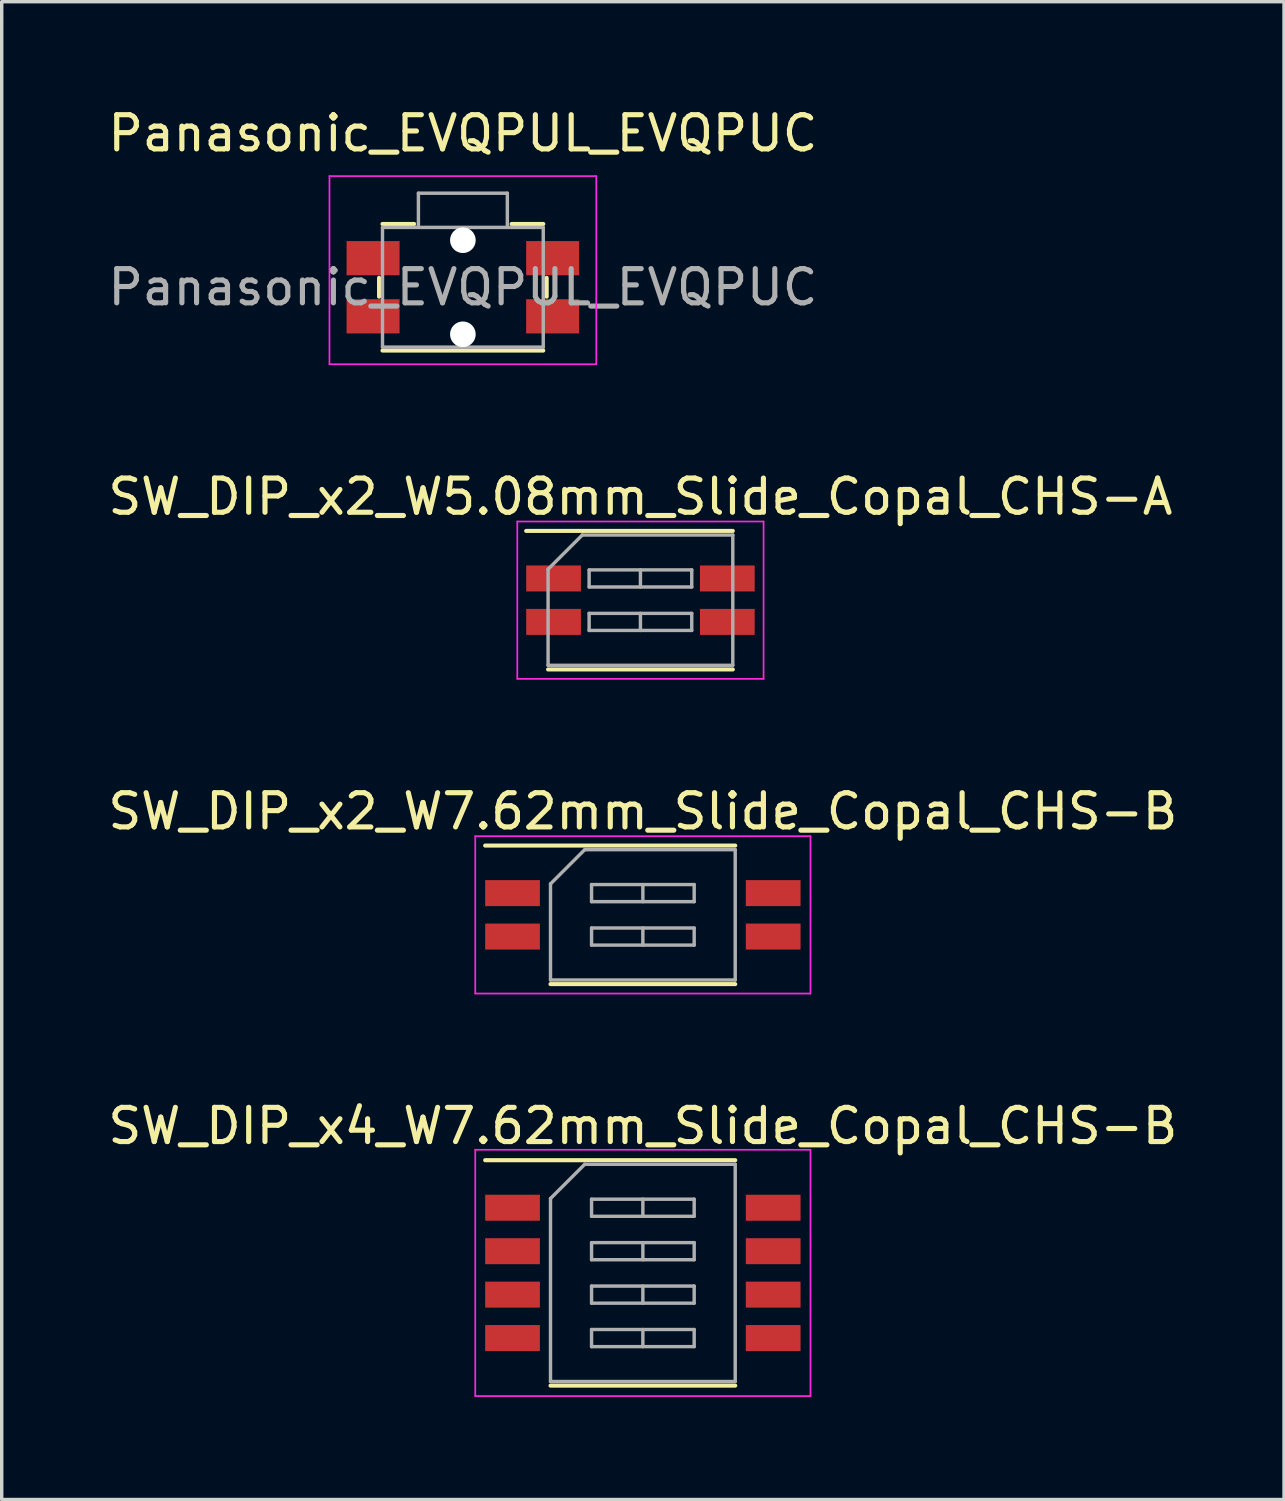
<source format=kicad_pcb>
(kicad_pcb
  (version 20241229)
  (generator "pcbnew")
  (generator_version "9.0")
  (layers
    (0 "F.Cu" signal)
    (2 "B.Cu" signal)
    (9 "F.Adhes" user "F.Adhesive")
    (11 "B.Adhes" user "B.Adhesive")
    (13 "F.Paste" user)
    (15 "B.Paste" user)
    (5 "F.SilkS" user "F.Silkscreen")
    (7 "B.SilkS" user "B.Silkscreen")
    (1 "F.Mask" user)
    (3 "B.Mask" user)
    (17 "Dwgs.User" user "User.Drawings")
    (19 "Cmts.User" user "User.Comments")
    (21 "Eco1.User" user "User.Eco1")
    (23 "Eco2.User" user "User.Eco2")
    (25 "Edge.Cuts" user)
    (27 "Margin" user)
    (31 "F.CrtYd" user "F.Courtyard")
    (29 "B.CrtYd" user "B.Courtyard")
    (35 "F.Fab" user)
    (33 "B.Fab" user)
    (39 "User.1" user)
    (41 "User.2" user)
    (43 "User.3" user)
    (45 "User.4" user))
  (footprint "Panasonic_EVQPUL_EVQPUC"
    (layer "F.Cu")
    (at 10.482 5.348)
    (property "Reference" "Panasonic_EVQPUL_EVQPUC" (at 0 -4.5 0) (layer "F.SilkS") (effects (font (size 1 1) (thickness 0.15))))
    (attr smd)
    (fp_line (start -2.45 0.275) (end -2.45 -0.275) (stroke (width 0.12) (type solid)) (layer "F.SilkS"))
    (fp_line (start -1.425 -1.85) (end -2.35 -1.85) (stroke (width 0.12) (type solid)) (layer "F.SilkS"))
    (fp_line (start 2.35 -1.85) (end 1.425 -1.85) (stroke (width 0.12) (type solid)) (layer "F.SilkS"))
    (fp_line (start 2.35 1.85) (end -2.35 1.85) (stroke (width 0.12) (type solid)) (layer "F.SilkS"))
    (fp_line (start 2.45 0.275) (end 2.45 -0.275) (stroke (width 0.12) (type solid)) (layer "F.SilkS"))
    (fp_line (start -3.9 2.25) (end -3.9 -3.25) (stroke (width 0.05) (type solid)) (layer "F.CrtYd"))
    (fp_line (start 3.9 -3.25) (end -3.9 -3.25) (stroke (width 0.05) (type solid)) (layer "F.CrtYd"))
    (fp_line (start 3.9 2.25) (end -3.9 2.25) (stroke (width 0.05) (type solid)) (layer "F.CrtYd"))
    (fp_line (start 3.9 2.25) (end 3.9 -3.25) (stroke (width 0.05) (type solid)) (layer "F.CrtYd"))
    (fp_line (start -2.35 1.75) (end -2.35 -1.75) (stroke (width 0.1) (type solid)) (layer "F.Fab"))
    (fp_line (start -1.3 -2.75) (end -1.3 -1.75) (stroke (width 0.1) (type solid)) (layer "F.Fab"))
    (fp_line (start 1.3 -2.75) (end -1.3 -2.75) (stroke (width 0.1) (type solid)) (layer "F.Fab"))
    (fp_line (start 1.3 -2.75) (end 1.3 -1.75) (stroke (width 0.1) (type solid)) (layer "F.Fab"))
    (fp_line (start 2.35 -1.75) (end -2.35 -1.75) (stroke (width 0.1) (type solid)) (layer "F.Fab"))
    (fp_line (start 2.35 1.75) (end -2.35 1.75) (stroke (width 0.1) (type solid)) (layer "F.Fab"))
    (fp_line (start 2.35 1.75) (end 2.35 -1.75) (stroke (width 0.1) (type solid)) (layer "F.Fab"))
    (fp_text user "${REFERENCE}" (at 0 0 0) (layer "F.Fab") (effects (font (size 1 1) (thickness 0.15))))
    (pad "" np_thru_hole circle (at 0 -1.375 180) (size 0.75 0.75) (drill 0.75) (layers "*.Cu" "*.Mask"))
    (pad "" np_thru_hole circle (at 0 1.375 180) (size 0.75 0.75) (drill 0.75) (layers "*.Cu" "*.Mask"))
    (pad "1" smd rect (at -2.625 -0.85 180) (size 1.55 1) (layers "F.Cu" "F.Mask" "F.Paste"))
    (pad "1" smd rect (at 2.625 -0.85 180) (size 1.55 1) (layers "F.Cu" "F.Mask" "F.Paste"))
    (pad "2" smd rect (at -2.625 0.85 180) (size 1.55 1) (layers "F.Cu" "F.Mask" "F.Paste"))
    (pad "2" smd rect (at 2.625 0.85 180) (size 1.55 1) (layers "F.Cu" "F.Mask" "F.Paste")))
  (footprint "SW_DIP_x2_W7.62mm_Slide_Copal_CHS-B"
    (layer "F.Cu")
    (at 15.744 23.695)
    (property "Reference" "SW_DIP_x2_W7.62mm_Slide_Copal_CHS-B" (at 0 -3.025 0) (layer "F.SilkS") (effects (font (size 1 1) (thickness 0.15))))
    (attr smd)
    (fp_line (start -4.61 -2.025) (end 2.7 -2.025) (stroke (width 0.12) (type solid)) (layer "F.SilkS"))
    (fp_line (start -2.7 2.025) (end 2.7 2.025) (stroke (width 0.12) (type solid)) (layer "F.SilkS"))
    (fp_line (start -4.9 -2.3) (end -4.9 2.3) (stroke (width 0.05) (type solid)) (layer "F.CrtYd"))
    (fp_line (start -4.9 2.3) (end 4.9 2.3) (stroke (width 0.05) (type solid)) (layer "F.CrtYd"))
    (fp_line (start 4.9 -2.3) (end -4.9 -2.3) (stroke (width 0.05) (type solid)) (layer "F.CrtYd"))
    (fp_line (start 4.9 2.3) (end 4.9 -2.3) (stroke (width 0.05) (type solid)) (layer "F.CrtYd"))
    (fp_line (start -2.7 -0.905) (end -1.7 -1.905) (stroke (width 0.1) (type solid)) (layer "F.Fab"))
    (fp_line (start -2.7 1.905) (end -2.7 -0.905) (stroke (width 0.1) (type solid)) (layer "F.Fab"))
    (fp_line (start -1.7 -1.905) (end 2.7 -1.905) (stroke (width 0.1) (type solid)) (layer "F.Fab"))
    (fp_line (start -1.5 -0.885) (end -1.5 -0.385) (stroke (width 0.1) (type solid)) (layer "F.Fab"))
    (fp_line (start -1.5 -0.385) (end 1.5 -0.385) (stroke (width 0.1) (type solid)) (layer "F.Fab"))
    (fp_line (start -1.5 0.385) (end -1.5 0.885) (stroke (width 0.1) (type solid)) (layer "F.Fab"))
    (fp_line (start -1.5 0.885) (end 1.5 0.885) (stroke (width 0.1) (type solid)) (layer "F.Fab"))
    (fp_line (start 0 -0.885) (end 0 -0.385) (stroke (width 0.1) (type solid)) (layer "F.Fab"))
    (fp_line (start 0 0.385) (end 0 0.885) (stroke (width 0.1) (type solid)) (layer "F.Fab"))
    (fp_line (start 1.5 -0.885) (end -1.5 -0.885) (stroke (width 0.1) (type solid)) (layer "F.Fab"))
    (fp_line (start 1.5 -0.385) (end 1.5 -0.885) (stroke (width 0.1) (type solid)) (layer "F.Fab"))
    (fp_line (start 1.5 0.385) (end -1.5 0.385) (stroke (width 0.1) (type solid)) (layer "F.Fab"))
    (fp_line (start 1.5 0.885) (end 1.5 0.385) (stroke (width 0.1) (type solid)) (layer "F.Fab"))
    (fp_line (start 2.7 -1.905) (end 2.7 1.905) (stroke (width 0.1) (type solid)) (layer "F.Fab"))
    (fp_line (start 2.7 1.905) (end -2.7 1.905) (stroke (width 0.1) (type solid)) (layer "F.Fab"))
    (pad "1" smd rect (at -3.81 -0.635) (size 1.6 0.76) (layers "F.Cu" "F.Mask"))
    (pad "2" smd rect (at -3.81 0.635) (size 1.6 0.76) (layers "F.Cu" "F.Mask"))
    (pad "3" smd rect (at 3.81 0.635) (size 1.6 0.76) (layers "F.Cu" "F.Mask"))
    (pad "4" smd rect (at 3.81 -0.635) (size 1.6 0.76) (layers "F.Cu" "F.Mask")))
  (footprint "SW_DIP_x2_W5.08mm_Slide_Copal_CHS-A"
    (layer "F.Cu")
    (at 15.673 14.496)
    (property "Reference" "SW_DIP_x2_W5.08mm_Slide_Copal_CHS-A" (at 0 -3.025 0) (layer "F.SilkS") (effects (font (size 1 1) (thickness 0.15))))
    (attr smd)
    (fp_line (start -3.34 -2.025) (end 2.7 -2.025) (stroke (width 0.12) (type solid)) (layer "F.SilkS"))
    (fp_line (start -2.7 2.025) (end 2.7 2.025) (stroke (width 0.12) (type solid)) (layer "F.SilkS"))
    (fp_line (start -3.6 -2.3) (end -3.6 2.3) (stroke (width 0.05) (type solid)) (layer "F.CrtYd"))
    (fp_line (start -3.6 2.3) (end 3.6 2.3) (stroke (width 0.05) (type solid)) (layer "F.CrtYd"))
    (fp_line (start 3.6 -2.3) (end -3.6 -2.3) (stroke (width 0.05) (type solid)) (layer "F.CrtYd"))
    (fp_line (start 3.6 2.3) (end 3.6 -2.3) (stroke (width 0.05) (type solid)) (layer "F.CrtYd"))
    (fp_line (start -2.7 -0.905) (end -1.7 -1.905) (stroke (width 0.1) (type solid)) (layer "F.Fab"))
    (fp_line (start -2.7 1.905) (end -2.7 -0.905) (stroke (width 0.1) (type solid)) (layer "F.Fab"))
    (fp_line (start -1.7 -1.905) (end 2.7 -1.905) (stroke (width 0.1) (type solid)) (layer "F.Fab"))
    (fp_line (start -1.5 -0.885) (end -1.5 -0.385) (stroke (width 0.1) (type solid)) (layer "F.Fab"))
    (fp_line (start -1.5 -0.385) (end 1.5 -0.385) (stroke (width 0.1) (type solid)) (layer "F.Fab"))
    (fp_line (start -1.5 0.385) (end -1.5 0.885) (stroke (width 0.1) (type solid)) (layer "F.Fab"))
    (fp_line (start -1.5 0.885) (end 1.5 0.885) (stroke (width 0.1) (type solid)) (layer "F.Fab"))
    (fp_line (start 0 -0.885) (end 0 -0.385) (stroke (width 0.1) (type solid)) (layer "F.Fab"))
    (fp_line (start 0 0.385) (end 0 0.885) (stroke (width 0.1) (type solid)) (layer "F.Fab"))
    (fp_line (start 1.5 -0.885) (end -1.5 -0.885) (stroke (width 0.1) (type solid)) (layer "F.Fab"))
    (fp_line (start 1.5 -0.385) (end 1.5 -0.885) (stroke (width 0.1) (type solid)) (layer "F.Fab"))
    (fp_line (start 1.5 0.385) (end -1.5 0.385) (stroke (width 0.1) (type solid)) (layer "F.Fab"))
    (fp_line (start 1.5 0.885) (end 1.5 0.385) (stroke (width 0.1) (type solid)) (layer "F.Fab"))
    (fp_line (start 2.7 -1.905) (end 2.7 1.905) (stroke (width 0.1) (type solid)) (layer "F.Fab"))
    (fp_line (start 2.7 1.905) (end -2.7 1.905) (stroke (width 0.1) (type solid)) (layer "F.Fab"))
    (pad "1" smd rect (at -2.54 -0.635) (size 1.6 0.76) (layers "F.Cu" "F.Mask"))
    (pad "2" smd rect (at -2.54 0.635) (size 1.6 0.76) (layers "F.Cu" "F.Mask"))
    (pad "3" smd rect (at 2.54 0.635) (size 1.6 0.76) (layers "F.Cu" "F.Mask"))
    (pad "4" smd rect (at 2.54 -0.635) (size 1.6 0.76) (layers "F.Cu" "F.Mask")))
  (footprint "SW_DIP_x4_W7.62mm_Slide_Copal_CHS-B"
    (layer "F.Cu")
    (at 15.744 34.163)
    (property "Reference" "SW_DIP_x4_W7.62mm_Slide_Copal_CHS-B" (at 0 -4.295 0) (layer "F.SilkS") (effects (font (size 1 1) (thickness 0.15))))
    (attr smd)
    (fp_line (start -4.61 -3.295) (end 2.7 -3.295) (stroke (width 0.12) (type solid)) (layer "F.SilkS"))
    (fp_line (start -2.7 3.295) (end 2.7 3.295) (stroke (width 0.12) (type solid)) (layer "F.SilkS"))
    (fp_line (start -4.9 -3.6) (end -4.9 3.6) (stroke (width 0.05) (type solid)) (layer "F.CrtYd"))
    (fp_line (start -4.9 3.6) (end 4.9 3.6) (stroke (width 0.05) (type solid)) (layer "F.CrtYd"))
    (fp_line (start 4.9 -3.6) (end -4.9 -3.6) (stroke (width 0.05) (type solid)) (layer "F.CrtYd"))
    (fp_line (start 4.9 3.6) (end 4.9 -3.6) (stroke (width 0.05) (type solid)) (layer "F.CrtYd"))
    (fp_line (start -2.7 -2.175) (end -1.7 -3.175) (stroke (width 0.1) (type solid)) (layer "F.Fab"))
    (fp_line (start -2.7 3.175) (end -2.7 -2.175) (stroke (width 0.1) (type solid)) (layer "F.Fab"))
    (fp_line (start -1.7 -3.175) (end 2.7 -3.175) (stroke (width 0.1) (type solid)) (layer "F.Fab"))
    (fp_line (start -1.5 -2.155) (end -1.5 -1.655) (stroke (width 0.1) (type solid)) (layer "F.Fab"))
    (fp_line (start -1.5 -1.655) (end 1.5 -1.655) (stroke (width 0.1) (type solid)) (layer "F.Fab"))
    (fp_line (start -1.5 -0.885) (end -1.5 -0.385) (stroke (width 0.1) (type solid)) (layer "F.Fab"))
    (fp_line (start -1.5 -0.385) (end 1.5 -0.385) (stroke (width 0.1) (type solid)) (layer "F.Fab"))
    (fp_line (start -1.5 0.385) (end -1.5 0.885) (stroke (width 0.1) (type solid)) (layer "F.Fab"))
    (fp_line (start -1.5 0.885) (end 1.5 0.885) (stroke (width 0.1) (type solid)) (layer "F.Fab"))
    (fp_line (start -1.5 1.655) (end -1.5 2.155) (stroke (width 0.1) (type solid)) (layer "F.Fab"))
    (fp_line (start -1.5 2.155) (end 1.5 2.155) (stroke (width 0.1) (type solid)) (layer "F.Fab"))
    (fp_line (start 0 -2.155) (end 0 -1.655) (stroke (width 0.1) (type solid)) (layer "F.Fab"))
    (fp_line (start 0 -0.885) (end 0 -0.385) (stroke (width 0.1) (type solid)) (layer "F.Fab"))
    (fp_line (start 0 0.385) (end 0 0.885) (stroke (width 0.1) (type solid)) (layer "F.Fab"))
    (fp_line (start 0 1.655) (end 0 2.155) (stroke (width 0.1) (type solid)) (layer "F.Fab"))
    (fp_line (start 1.5 -2.155) (end -1.5 -2.155) (stroke (width 0.1) (type solid)) (layer "F.Fab"))
    (fp_line (start 1.5 -1.655) (end 1.5 -2.155) (stroke (width 0.1) (type solid)) (layer "F.Fab"))
    (fp_line (start 1.5 -0.885) (end -1.5 -0.885) (stroke (width 0.1) (type solid)) (layer "F.Fab"))
    (fp_line (start 1.5 -0.385) (end 1.5 -0.885) (stroke (width 0.1) (type solid)) (layer "F.Fab"))
    (fp_line (start 1.5 0.385) (end -1.5 0.385) (stroke (width 0.1) (type solid)) (layer "F.Fab"))
    (fp_line (start 1.5 0.885) (end 1.5 0.385) (stroke (width 0.1) (type solid)) (layer "F.Fab"))
    (fp_line (start 1.5 1.655) (end -1.5 1.655) (stroke (width 0.1) (type solid)) (layer "F.Fab"))
    (fp_line (start 1.5 2.155) (end 1.5 1.655) (stroke (width 0.1) (type solid)) (layer "F.Fab"))
    (fp_line (start 2.7 -3.175) (end 2.7 3.175) (stroke (width 0.1) (type solid)) (layer "F.Fab"))
    (fp_line (start 2.7 3.175) (end -2.7 3.175) (stroke (width 0.1) (type solid)) (layer "F.Fab"))
    (pad "1" smd rect (at -3.81 -1.905) (size 1.6 0.76) (layers "F.Cu" "F.Mask"))
    (pad "2" smd rect (at -3.81 -0.635) (size 1.6 0.76) (layers "F.Cu" "F.Mask"))
    (pad "3" smd rect (at -3.81 0.635) (size 1.6 0.76) (layers "F.Cu" "F.Mask"))
    (pad "4" smd rect (at -3.81 1.905) (size 1.6 0.76) (layers "F.Cu" "F.Mask"))
    (pad "5" smd rect (at 3.81 1.905) (size 1.6 0.76) (layers "F.Cu" "F.Mask"))
    (pad "6" smd rect (at 3.81 0.635) (size 1.6 0.76) (layers "F.Cu" "F.Mask"))
    (pad "7" smd rect (at 3.81 -0.635) (size 1.6 0.76) (layers "F.Cu" "F.Mask"))
    (pad "8" smd rect (at 3.81 -1.905) (size 1.6 0.76) (layers "F.Cu" "F.Mask")))
  (gr_rect
    (start -3 -3)
    (end 34.488 40.788)
    (stroke (width 0.1) (type default))
    (fill no)
    (layer "Edge.Cuts")))
</source>
